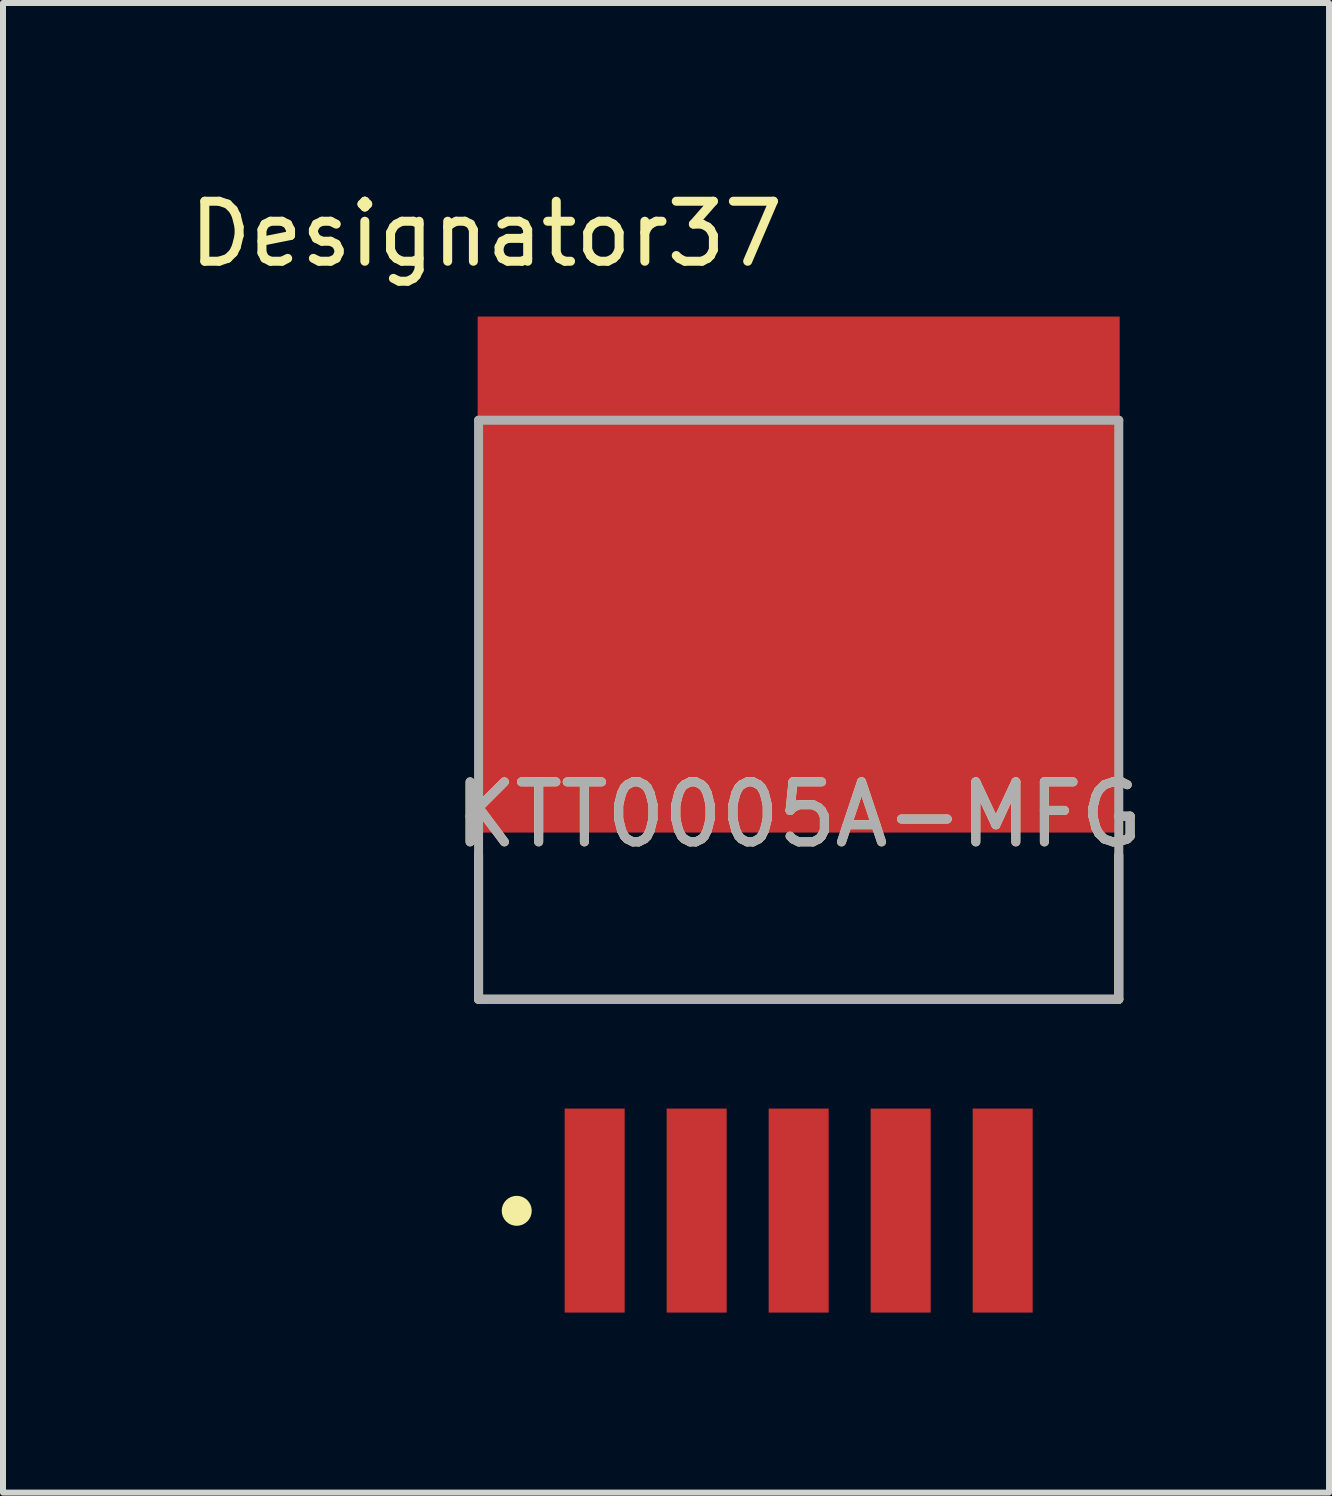
<source format=kicad_pcb>
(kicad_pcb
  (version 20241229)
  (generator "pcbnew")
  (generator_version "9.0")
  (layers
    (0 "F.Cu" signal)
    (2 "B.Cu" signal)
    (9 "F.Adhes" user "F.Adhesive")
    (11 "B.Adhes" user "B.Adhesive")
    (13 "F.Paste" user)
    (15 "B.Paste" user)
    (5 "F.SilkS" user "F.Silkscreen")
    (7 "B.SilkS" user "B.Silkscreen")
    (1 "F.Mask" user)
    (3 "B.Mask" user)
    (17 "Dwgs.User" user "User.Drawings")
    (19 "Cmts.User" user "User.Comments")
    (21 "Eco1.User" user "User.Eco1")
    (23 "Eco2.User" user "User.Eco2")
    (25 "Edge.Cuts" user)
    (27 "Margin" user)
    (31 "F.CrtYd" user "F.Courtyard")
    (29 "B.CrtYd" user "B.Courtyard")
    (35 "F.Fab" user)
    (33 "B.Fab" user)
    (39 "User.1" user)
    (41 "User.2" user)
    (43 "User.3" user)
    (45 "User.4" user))
  (footprint "KTT0005A-MFG"
    (layer "F.Cu")
    (at 10.261 10.526)
    (property "Reference" "KTT0005A-MFG" (at 0 0 0) (unlocked yes) (layer "F.SilkS") (effects (font (size 1 1) (thickness 0.15))))
    (attr smd)
    (fp_line (start -5.335 3.078) (end -5.335 0.675) (stroke (width 0.15) (type solid)) (layer "F.SilkS"))
    (fp_line (start -5.335 3.078) (end 5.335 3.078) (stroke (width 0.15) (type solid)) (layer "F.SilkS"))
    (fp_line (start 5.335 3.078) (end 5.335 0.675) (stroke (width 0.15) (type solid)) (layer "F.SilkS"))
    (fp_circle (center -4.699 6.604) (end -4.574 6.604) (stroke (width 0.25) (type solid)) (fill no) (layer "F.SilkS"))
    (fp_poly (pts (xy -3.85 5) (xy -3.8 4.95) (xy -3 4.95) (xy -2.95 5) (xy -2.95 8.2) (xy -3 8.25) (xy -3.8 8.25) (xy -3.85 8.2)) (stroke (width 0) (type solid)) (fill yes) (layer "F.Paste"))
    (fp_poly (pts (xy -2.15 8.2) (xy -2.15 5) (xy -2.1 4.95) (xy -1.3 4.95) (xy -1.25 5) (xy -1.25 8.2) (xy -1.3 8.25) (xy -2.1 8.25)) (stroke (width 0) (type solid)) (fill yes) (layer "F.Paste"))
    (fp_poly (pts (xy 0.45 8.2) (xy 0.4 8.25) (xy -0.4 8.25) (xy -0.45 8.2) (xy -0.45 5) (xy -0.4 4.95) (xy 0.4 4.95) (xy 0.45 5)) (stroke (width 0) (type solid)) (fill yes) (layer "F.Paste"))
    (fp_poly (pts (xy 2.15 5) (xy 2.15 8.2) (xy 2.1 8.25) (xy 1.3 8.25) (xy 1.25 8.2) (xy 1.25 5) (xy 1.3 4.95) (xy 2.1 4.95)) (stroke (width 0) (type solid)) (fill yes) (layer "F.Paste"))
    (fp_poly (pts (xy 3 8.25) (xy 2.95 8.2) (xy 2.95 5) (xy 3 4.95) (xy 3.8 4.95) (xy 3.85 5) (xy 3.85 8.2) (xy 3.8 8.25)) (stroke (width 0) (type solid)) (fill yes) (layer "F.Paste"))
    (fp_poly (pts (xy 5.3 0.2) (xy 5.25 0.25) (xy -5.25 0.25) (xy -5.3 0.2) (xy -5.3 -8.2) (xy -5.25 -8.25) (xy 5.25 -8.25) (xy 5.3 -8.2)) (stroke (width 0) (type solid)) (fill yes) (layer "F.Paste"))
    (fp_line (start -5.335 -6.572) (end 5.335 -6.572) (stroke (width 0.15) (type solid)) (layer "F.Fab"))
    (fp_line (start -5.335 3.078) (end -5.335 -6.572) (stroke (width 0.15) (type solid)) (layer "F.Fab"))
    (fp_line (start -5.335 3.078) (end 5.335 3.078) (stroke (width 0.15) (type solid)) (layer "F.Fab"))
    (fp_line (start 5.335 3.078) (end 5.335 -6.572) (stroke (width 0.15) (type solid)) (layer "F.Fab"))
    (fp_text user "Designator37" (at -5.207 -9.677 0) (unlocked yes) (layer "F.SilkS") (effects (font (size 1 1) (thickness 0.15))))
    (fp_text user "${REFERENCE}" (at 0 0 0) (unlocked yes) (layer "F.Fab") (effects (font (size 1 1) (thickness 0.15))))
    (pad "1" smd rect (at -3.4 6.6) (size 1 3.4) (layers "F.Cu" "F.Mask"))
    (pad "2" smd rect (at -1.7 6.6) (size 1 3.4) (layers "F.Cu" "F.Mask"))
    (pad "3" smd rect (at 0 6.6) (size 1 3.4) (layers "F.Cu" "F.Mask"))
    (pad "4" smd rect (at 1.7 6.6) (size 1 3.4) (layers "F.Cu" "F.Mask"))
    (pad "5" smd rect (at 3.4 6.6) (size 1 3.4) (layers "F.Cu" "F.Mask"))
    (pad "6" smd rect (at 0 -4) (size 10.7 8.6) (layers "F.Cu" "F.Mask")))
  (gr_rect
    (start -3 -3)
    (end 19.1 21.826)
    (stroke (width 0.1) (type default))
    (fill no)
    (layer "Edge.Cuts")))
</source>
